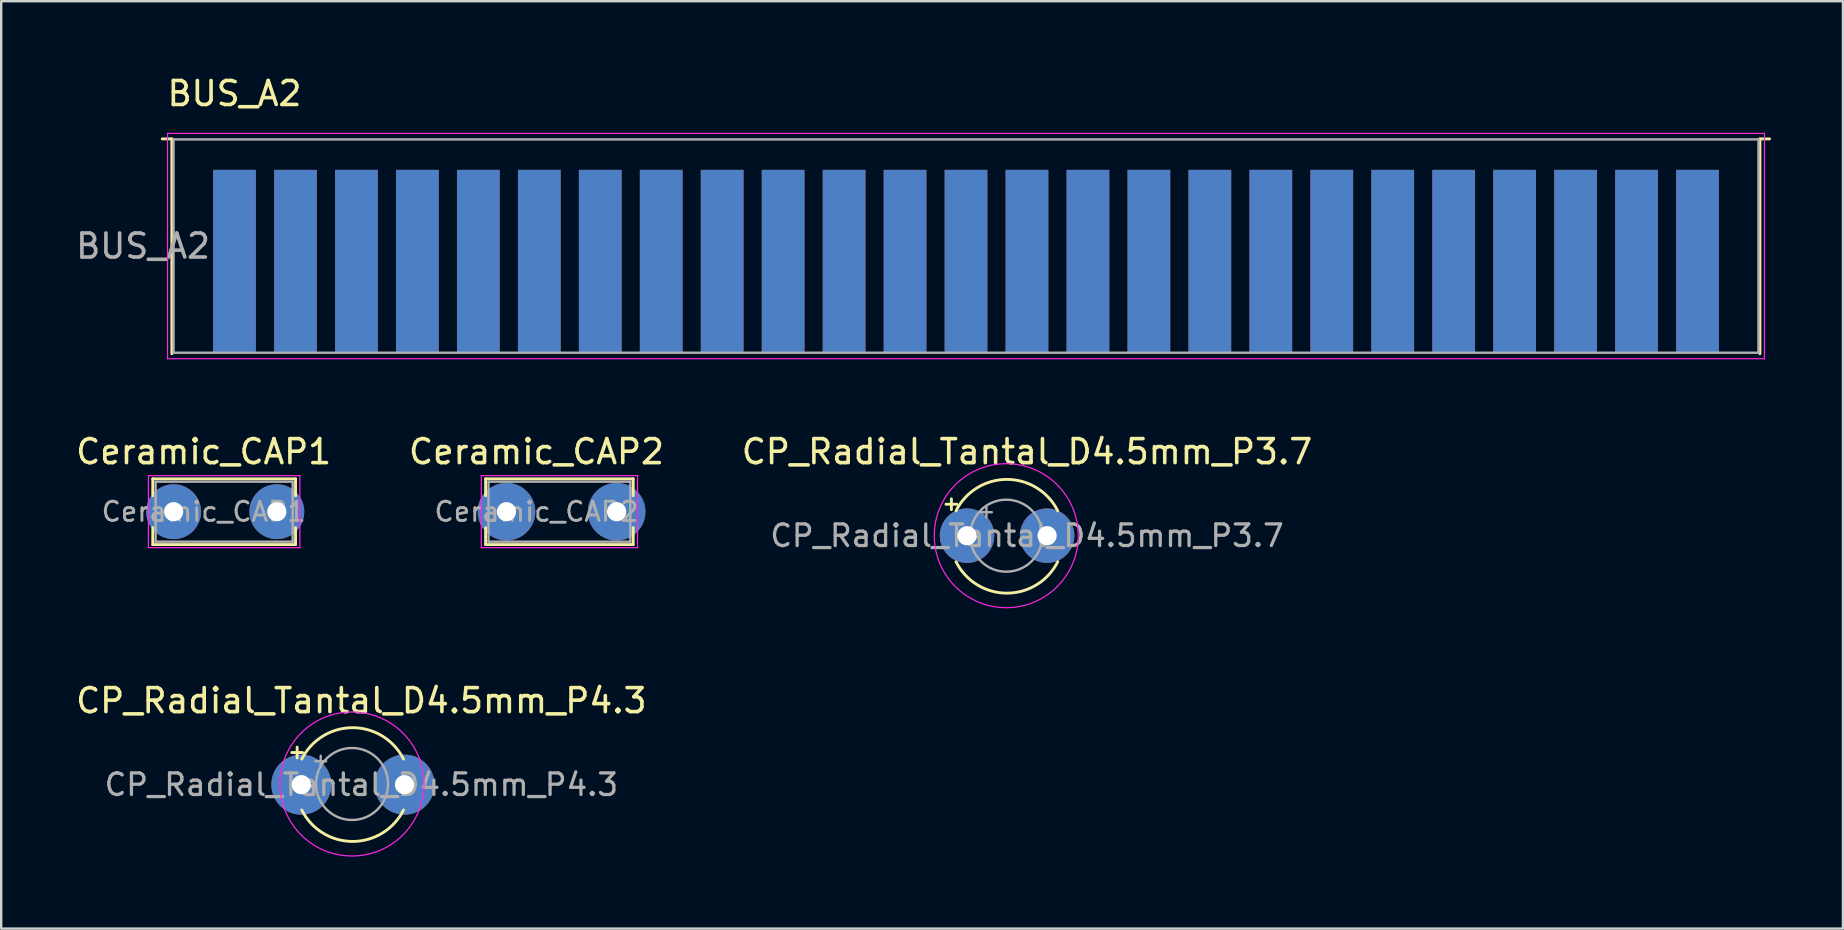
<source format=kicad_pcb>
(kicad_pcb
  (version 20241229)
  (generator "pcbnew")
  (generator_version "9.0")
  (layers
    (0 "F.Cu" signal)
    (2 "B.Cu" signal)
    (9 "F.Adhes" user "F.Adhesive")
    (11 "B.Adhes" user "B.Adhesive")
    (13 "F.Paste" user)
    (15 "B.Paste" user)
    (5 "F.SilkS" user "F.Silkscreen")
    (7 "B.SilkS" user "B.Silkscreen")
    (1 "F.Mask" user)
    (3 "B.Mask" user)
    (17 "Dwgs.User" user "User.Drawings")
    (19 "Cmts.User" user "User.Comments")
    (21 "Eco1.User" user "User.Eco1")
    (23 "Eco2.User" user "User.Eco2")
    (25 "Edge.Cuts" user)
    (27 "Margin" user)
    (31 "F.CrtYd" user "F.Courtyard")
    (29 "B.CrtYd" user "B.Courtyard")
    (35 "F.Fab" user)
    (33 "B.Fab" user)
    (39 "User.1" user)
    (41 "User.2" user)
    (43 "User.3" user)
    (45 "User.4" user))
  (footprint "Ceramic_CAP2"
    (layer "F.Cu")
    (at 18.054 18.271)
    (property "Reference" "Ceramic_CAP2" (at 1.25 -2.5 0) (layer "F.SilkS") (effects (font (size 1 1) (thickness 0.15))))
    (attr through_hole)
    (fp_line (start -0.87 -1.37) (end -0.87 -0.665) (stroke (width 0.12) (type solid)) (layer "F.SilkS"))
    (fp_line (start -0.87 -1.37) (end 5.28 -1.37) (stroke (width 0.12) (type solid)) (layer "F.SilkS"))
    (fp_line (start -0.87 0.665) (end -0.87 1.37) (stroke (width 0.12) (type solid)) (layer "F.SilkS"))
    (fp_line (start -0.87 1.37) (end 5.28 1.37) (stroke (width 0.12) (type solid)) (layer "F.SilkS"))
    (fp_line (start 5.28 -1.37) (end 5.28 -0.665) (stroke (width 0.12) (type solid)) (layer "F.SilkS"))
    (fp_line (start 5.28 0.665) (end 5.28 1.37) (stroke (width 0.12) (type solid)) (layer "F.SilkS"))
    (fp_line (start -1.05 -1.5) (end -1.05 1.5) (stroke (width 0.05) (type solid)) (layer "F.CrtYd"))
    (fp_line (start -1.05 1.5) (end 5.46 1.5) (stroke (width 0.05) (type solid)) (layer "F.CrtYd"))
    (fp_line (start 5.46 -1.5) (end -1.05 -1.5) (stroke (width 0.05) (type solid)) (layer "F.CrtYd"))
    (fp_line (start 5.46 1.5) (end 5.46 -1.5) (stroke (width 0.05) (type solid)) (layer "F.CrtYd"))
    (fp_line (start -0.75 -1.25) (end -0.75 1.25) (stroke (width 0.1) (type solid)) (layer "F.Fab"))
    (fp_line (start -0.75 1.25) (end 5.16 1.25) (stroke (width 0.1) (type solid)) (layer "F.Fab"))
    (fp_line (start 5.16 -1.25) (end -0.75 -1.25) (stroke (width 0.1) (type solid)) (layer "F.Fab"))
    (fp_line (start 5.16 1.25) (end 5.16 -1.25) (stroke (width 0.1) (type solid)) (layer "F.Fab"))
    (fp_text user "${REFERENCE}" (at 1.25 0 0) (layer "F.Fab") (effects (font (size 0.8 0.8) (thickness 0.12))))
    (pad "1" thru_hole circle (at 0 0) (size 2.4 2.4) (drill 0.8) (layers "*.Cu" "*.Mask"))
    (pad "2" thru_hole circle (at 4.59 0) (size 2.4 2.4) (drill 0.8) (layers "*.Cu" "*.Mask")))
  (footprint "BUS_A2"
    (layer "F.Cu")
    (at 67.681 7.838)
    (property "Reference" "BUS_A2" (at -60.96 -6.99 0) (layer "F.SilkS") (effects (font (size 1 1) (thickness 0.15))))
    (attr exclude_from_pos_files exclude_from_bom)
    (fp_line (start -63.57 -5.1) (end -63.97 -5.1) (stroke (width 0.12) (type solid)) (layer "F.SilkS"))
    (fp_line (start -63.57 3.85) (end -63.57 -5.1) (stroke (width 0.12) (type solid)) (layer "F.SilkS"))
    (fp_line (start 2.6 -5.1) (end 3 -5.1) (stroke (width 0.12) (type solid)) (layer "F.SilkS"))
    (fp_line (start 2.6 3.85) (end 2.6 -5.1) (stroke (width 0.12) (type solid)) (layer "F.SilkS"))
    (fp_line (start -63.75 -5.33) (end -63.75 4.06) (stroke (width 0.05) (type solid)) (layer "F.CrtYd"))
    (fp_line (start -63.75 -5.33) (end 2.79 -5.33) (stroke (width 0.05) (type solid)) (layer "F.CrtYd"))
    (fp_line (start 2.79 4.06) (end -63.75 4.06) (stroke (width 0.05) (type solid)) (layer "F.CrtYd"))
    (fp_line (start 2.79 4.06) (end 2.79 -5.33) (stroke (width 0.05) (type solid)) (layer "F.CrtYd"))
    (fp_line (start -63.5 -5.08) (end 2.54 -5.08) (stroke (width 0.1) (type solid)) (layer "F.Fab"))
    (fp_line (start -63.5 3.81) (end -63.5 -5.08) (stroke (width 0.1) (type solid)) (layer "F.Fab"))
    (fp_line (start 2.54 -5.08) (end 2.54 3.81) (stroke (width 0.1) (type solid)) (layer "F.Fab"))
    (fp_line (start 2.54 3.81) (end -63.5 3.81) (stroke (width 0.1) (type solid)) (layer "F.Fab"))
    (fp_text user "${REFERENCE}" (at -64.77 -0.635 0) (layer "F.Fab") (effects (font (size 1 1) (thickness 0.15))))
    (pad "1" connect rect (at -60.96 0) (size 1.78 7.62) (layers "F.Cu" "F.Mask"))
    (pad "2" connect rect (at -58.42 0) (size 1.78 7.62) (layers "F.Cu" "F.Mask"))
    (pad "3" connect rect (at -55.88 0) (size 1.78 7.62) (layers "F.Cu" "F.Mask"))
    (pad "4" connect rect (at -53.34 0) (size 1.78 7.62) (layers "F.Cu" "F.Mask"))
    (pad "5" connect rect (at -50.8 0) (size 1.78 7.62) (layers "F.Cu" "F.Mask"))
    (pad "6" connect rect (at -48.26 0) (size 1.78 7.62) (layers "F.Cu" "F.Mask"))
    (pad "7" connect rect (at -45.72 0) (size 1.78 7.62) (layers "F.Cu" "F.Mask"))
    (pad "8" connect rect (at -43.18 0) (size 1.78 7.62) (layers "F.Cu" "F.Mask"))
    (pad "9" connect rect (at -40.64 0) (size 1.78 7.62) (layers "F.Cu" "F.Mask"))
    (pad "10" connect rect (at -38.1 0) (size 1.78 7.62) (layers "F.Cu" "F.Mask"))
    (pad "11" connect rect (at -35.56 0) (size 1.78 7.62) (layers "F.Cu" "F.Mask"))
    (pad "12" connect rect (at -33.02 0) (size 1.78 7.62) (layers "F.Cu" "F.Mask"))
    (pad "13" connect rect (at -30.48 0) (size 1.78 7.62) (layers "F.Cu" "F.Mask"))
    (pad "14" connect rect (at -27.94 0) (size 1.78 7.62) (layers "F.Cu" "F.Mask"))
    (pad "15" connect rect (at -25.4 0) (size 1.78 7.62) (layers "F.Cu" "F.Mask"))
    (pad "16" connect rect (at -22.86 0) (size 1.78 7.62) (layers "F.Cu" "F.Mask"))
    (pad "17" connect rect (at -20.32 0) (size 1.78 7.62) (layers "F.Cu" "F.Mask"))
    (pad "18" connect rect (at -17.78 0) (size 1.78 7.62) (layers "F.Cu" "F.Mask"))
    (pad "19" connect rect (at -15.24 0) (size 1.78 7.62) (layers "F.Cu" "F.Mask"))
    (pad "20" connect rect (at -12.7 0) (size 1.78 7.62) (layers "F.Cu" "F.Mask"))
    (pad "21" connect rect (at -10.16 0) (size 1.78 7.62) (layers "F.Cu" "F.Mask"))
    (pad "22" connect rect (at -7.62 0) (size 1.78 7.62) (layers "F.Cu" "F.Mask"))
    (pad "23" connect rect (at -5.08 0) (size 1.78 7.62) (layers "F.Cu" "F.Mask"))
    (pad "24" connect rect (at -2.54 0) (size 1.78 7.62) (layers "F.Cu" "F.Mask"))
    (pad "25" connect rect (at 0 0) (size 1.78 7.62) (layers "F.Cu" "F.Mask"))
    (pad "26" connect rect (at 0 0) (size 1.78 7.62) (layers "B.Cu" "B.Mask"))
    (pad "27" connect rect (at -2.54 0) (size 1.78 7.62) (layers "B.Cu" "B.Mask"))
    (pad "28" connect rect (at -5.08 0) (size 1.78 7.62) (layers "B.Cu" "B.Mask"))
    (pad "29" connect rect (at -7.62 0) (size 1.78 7.62) (layers "B.Cu" "B.Mask"))
    (pad "30" connect rect (at -10.16 0) (size 1.78 7.62) (layers "B.Cu" "B.Mask"))
    (pad "31" connect rect (at -12.7 0) (size 1.78 7.62) (layers "B.Cu" "B.Mask"))
    (pad "32" connect rect (at -15.24 0) (size 1.78 7.62) (layers "B.Cu" "B.Mask"))
    (pad "33" connect rect (at -17.78 0) (size 1.78 7.62) (layers "B.Cu" "B.Mask"))
    (pad "34" connect rect (at -20.32 0) (size 1.78 7.62) (layers "B.Cu" "B.Mask"))
    (pad "35" connect rect (at -22.86 0) (size 1.78 7.62) (layers "B.Cu" "B.Mask"))
    (pad "36" connect rect (at -25.4 0) (size 1.78 7.62) (layers "B.Cu" "B.Mask"))
    (pad "37" connect rect (at -27.94 0) (size 1.78 7.62) (layers "B.Cu" "B.Mask"))
    (pad "38" connect rect (at -30.48 0) (size 1.78 7.62) (layers "B.Cu" "B.Mask"))
    (pad "39" connect rect (at -33.02 0) (size 1.78 7.62) (layers "B.Cu" "B.Mask"))
    (pad "40" connect rect (at -35.56 0) (size 1.78 7.62) (layers "B.Cu" "B.Mask"))
    (pad "41" connect rect (at -38.1 0) (size 1.78 7.62) (layers "B.Cu" "B.Mask"))
    (pad "42" connect rect (at -40.64 0) (size 1.78 7.62) (layers "B.Cu" "B.Mask"))
    (pad "43" connect rect (at -43.18 0) (size 1.78 7.62) (layers "B.Cu" "B.Mask"))
    (pad "44" connect rect (at -45.72 0) (size 1.78 7.62) (layers "B.Cu" "B.Mask"))
    (pad "45" connect rect (at -48.26 0) (size 1.78 7.62) (layers "B.Cu" "B.Mask"))
    (pad "46" connect rect (at -50.8 0) (size 1.78 7.62) (layers "B.Cu" "B.Mask"))
    (pad "47" connect rect (at -53.34 0) (size 1.78 7.62) (layers "B.Cu" "B.Mask"))
    (pad "48" connect rect (at -55.88 0) (size 1.78 7.62) (layers "B.Cu" "B.Mask"))
    (pad "49" connect rect (at -58.42 0) (size 1.78 7.62) (layers "B.Cu" "B.Mask"))
    (pad "50" connect rect (at -60.96 0) (size 1.78 7.62) (layers "B.Cu" "B.Mask")))
  (footprint "CP_Radial_Tantal_D4.5mm_P3.7"
    (layer "F.Cu")
    (at 37.244 19.271)
    (property "Reference" "CP_Radial_Tantal_D4.5mm_P3.7" (at 2.5 -3.5 0) (layer "F.SilkS") (effects (font (size 1 1) (thickness 0.15))))
    (attr through_hole)
    (fp_line (start -0.877 -1.311) (end -0.427 -1.311) (stroke (width 0.12) (type solid)) (layer "F.SilkS"))
    (fp_line (start -0.652 -1.536) (end -0.652 -1.086) (stroke (width 0.12) (type solid)) (layer "F.SilkS"))
    (fp_arc (start -0.45933 -1.035823) (mid 1.660411 -2.345823) (end 3.780152 -1.035823) (stroke (width 0.12) (type solid)) (layer "F.SilkS"))
    (fp_arc (start 3.780152 1.084177) (mid 1.660411 2.394177) (end -0.45933 1.084177) (stroke (width 0.12) (type solid)) (layer "F.SilkS"))
    (fp_circle (center 1.635 0) (end 4.635 0) (stroke (width 0.05) (type solid)) (fill no) (layer "F.CrtYd"))
    (fp_line (start 0.582 -0.978) (end 1.032 -0.978) (stroke (width 0.1) (type solid)) (layer "F.Fab"))
    (fp_line (start 0.807 -1.202) (end 0.807 -0.752) (stroke (width 0.1) (type solid)) (layer "F.Fab"))
    (fp_circle (center 1.635 0) (end 3.135 0) (stroke (width 0.1) (type solid)) (fill no) (layer "F.Fab"))
    (fp_text user "${REFERENCE}" (at 2.5 0 0) (layer "F.Fab") (effects (font (size 0.9 0.9) (thickness 0.135))))
    (pad "1" thru_hole circle (at 0 0) (size 2.27 2.27) (drill 0.8) (layers "*.Cu" "*.Mask"))
    (pad "2" thru_hole circle (at 3.337 0) (size 2.27 2.27) (drill 0.8) (layers "*.Cu" "*.Mask")))
  (footprint "CP_Radial_Tantal_D4.5mm_P4.3"
    (layer "F.Cu")
    (at 9.506 29.645)
    (property "Reference" "CP_Radial_Tantal_D4.5mm_P4.3" (at 2.5 -3.5 0) (layer "F.SilkS") (effects (font (size 1 1) (thickness 0.15))))
    (attr through_hole)
    (fp_line (start -0.399 -1.339) (end 0.051 -1.339) (stroke (width 0.12) (type solid)) (layer "F.SilkS"))
    (fp_line (start -0.174 -1.564) (end -0.174 -1.114) (stroke (width 0.12) (type solid)) (layer "F.SilkS"))
    (fp_arc (start 0.018175 -1.064071) (mid 2.137916 -2.374071) (end 4.257657 -1.064071) (stroke (width 0.12) (type solid)) (layer "F.SilkS"))
    (fp_arc (start 4.257657 1.055929) (mid 2.137916 2.365929) (end 0.018175 1.055929) (stroke (width 0.12) (type solid)) (layer "F.SilkS"))
    (fp_circle (center 2.112 -0.028) (end 5.112 -0.028) (stroke (width 0.05) (type solid)) (fill no) (layer "F.CrtYd"))
    (fp_line (start 0.582 -0.978) (end 1.032 -0.978) (stroke (width 0.1) (type solid)) (layer "F.Fab"))
    (fp_line (start 0.807 -1.202) (end 0.807 -0.752) (stroke (width 0.1) (type solid)) (layer "F.Fab"))
    (fp_circle (center 2.112 -0.028) (end 3.612 -0.028) (stroke (width 0.1) (type solid)) (fill no) (layer "F.Fab"))
    (fp_text user "${REFERENCE}" (at 2.5 0 0) (layer "F.Fab") (effects (font (size 0.9 0.9) (thickness 0.135))))
    (pad "1" thru_hole circle (at 0 0) (size 2.5 2.5) (drill 0.8) (layers "*.Cu" "*.Mask"))
    (pad "2" thru_hole circle (at 4.3 0) (size 2.5 2.5) (drill 0.8) (layers "*.Cu" "*.Mask")))
  (footprint "Ceramic_CAP1"
    (layer "F.Cu")
    (at 4.185 18.271)
    (property "Reference" "Ceramic_CAP1" (at 1.25 -2.5 0) (layer "F.SilkS") (effects (font (size 1 1) (thickness 0.15))))
    (attr through_hole)
    (fp_line (start -0.87 -1.37) (end -0.87 -0.665) (stroke (width 0.12) (type solid)) (layer "F.SilkS"))
    (fp_line (start -0.87 -1.37) (end 5.08 -1.37) (stroke (width 0.12) (type solid)) (layer "F.SilkS"))
    (fp_line (start -0.87 0.665) (end -0.87 1.37) (stroke (width 0.12) (type solid)) (layer "F.SilkS"))
    (fp_line (start -0.87 1.37) (end 5.08 1.37) (stroke (width 0.12) (type solid)) (layer "F.SilkS"))
    (fp_line (start 5.08 -1.37) (end 5.08 -0.665) (stroke (width 0.12) (type solid)) (layer "F.SilkS"))
    (fp_line (start 5.08 0.665) (end 5.08 1.37) (stroke (width 0.12) (type solid)) (layer "F.SilkS"))
    (fp_line (start -1.05 -1.5) (end -1.05 1.5) (stroke (width 0.05) (type solid)) (layer "F.CrtYd"))
    (fp_line (start -1.05 1.5) (end 5.26 1.5) (stroke (width 0.05) (type solid)) (layer "F.CrtYd"))
    (fp_line (start 5.26 -1.5) (end -1.05 -1.5) (stroke (width 0.05) (type solid)) (layer "F.CrtYd"))
    (fp_line (start 5.26 1.5) (end 5.26 -1.5) (stroke (width 0.05) (type solid)) (layer "F.CrtYd"))
    (fp_line (start -0.75 -1.25) (end -0.75 1.25) (stroke (width 0.1) (type solid)) (layer "F.Fab"))
    (fp_line (start -0.75 1.25) (end 4.96 1.25) (stroke (width 0.1) (type solid)) (layer "F.Fab"))
    (fp_line (start 4.96 -1.25) (end -0.75 -1.25) (stroke (width 0.1) (type solid)) (layer "F.Fab"))
    (fp_line (start 4.96 1.25) (end 4.96 -1.25) (stroke (width 0.1) (type solid)) (layer "F.Fab"))
    (fp_text user "${REFERENCE}" (at 1.25 0 0) (layer "F.Fab") (effects (font (size 0.8 0.8) (thickness 0.12))))
    (pad "1" thru_hole circle (at 0 0) (size 2.286 2.286) (drill 0.8) (layers "*.Cu" "*.Mask"))
    (pad "2" thru_hole circle (at 4.3 0) (size 2.286 2.286) (drill 0.8) (layers "*.Cu" "*.Mask")))
  (gr_rect
    (start -3 -3)
    (end 73.741 35.642)
    (stroke (width 0.1) (type default))
    (fill no)
    (layer "Edge.Cuts")))
</source>
